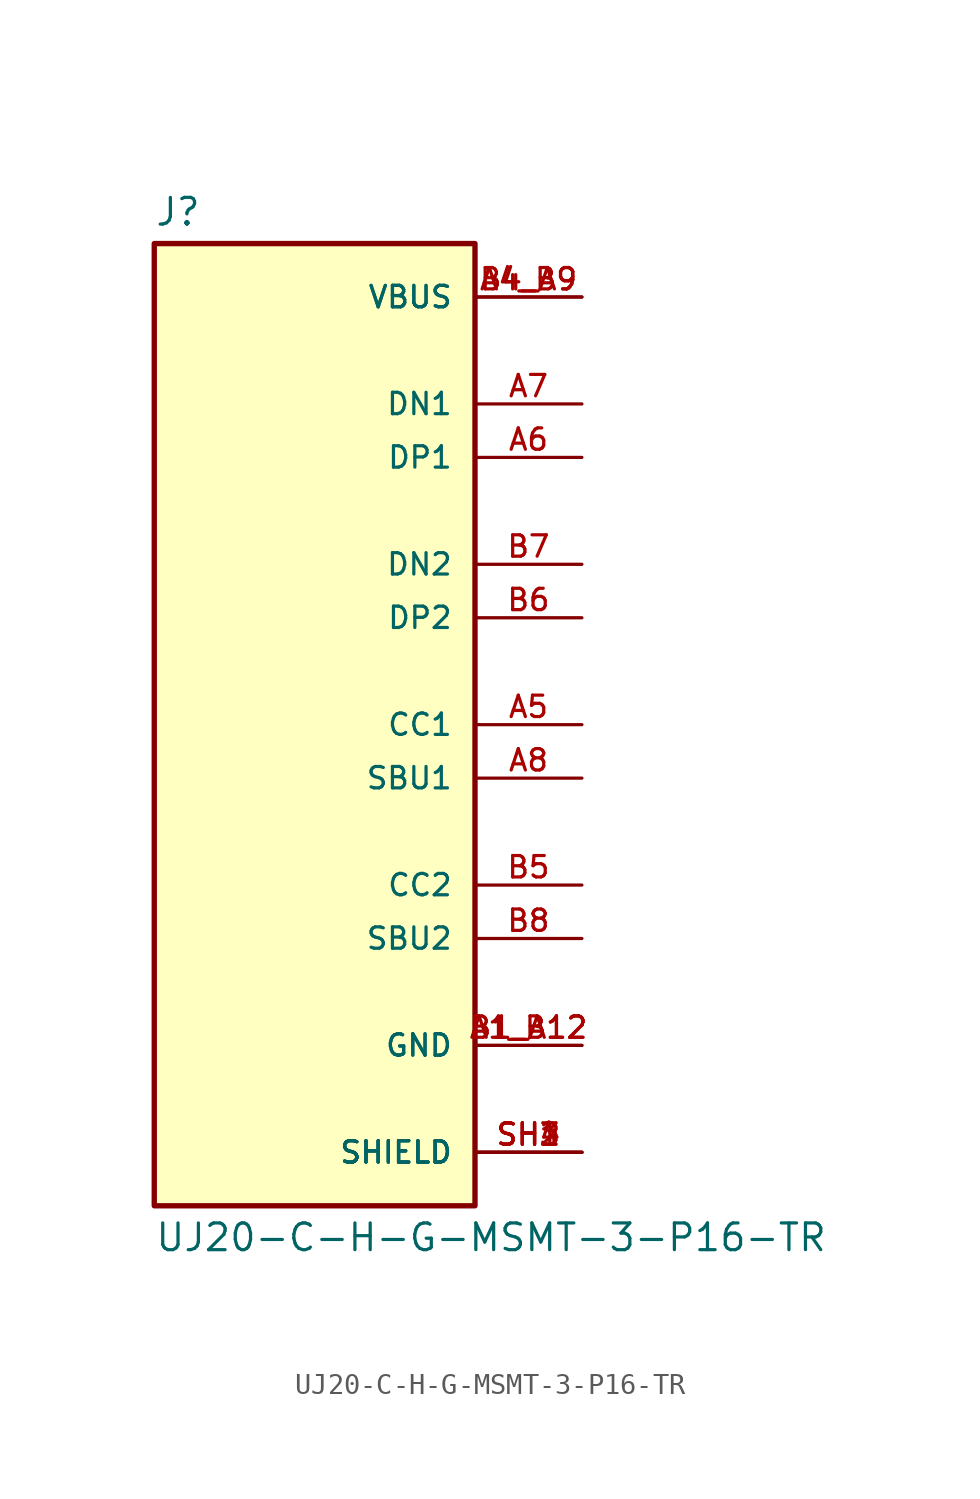
<source format=kicad_sym>
(kicad_symbol_lib
  (version 20211014)
  (generator kicad_symbol_editor)
  (symbol "UJ20-C-H-G-MSMT-3-P16-TR"
    (pin_names
      (offset 1.016))
    (property "Reference" "J"
      (at -7.62 23.622 0)
      (effects (font (size 1.27 1.27)) (justify bottom left)))
    (property "Value" "UJ20-C-H-G-MSMT-3-P16-TR"
      (at -7.62 -23.622 0)
      (effects (font (size 1.27 1.27)) (justify top left)))
    (symbol "UJ20-C-H-G-MSMT-3-P16-TR_0_0"
      (rectangle (start -7.62 -22.86) (end 7.62 22.86) (stroke (width 0.254)) (fill (type background)))
      (pin power_in line (at 12.7 20.32 180.0) (length 5.08) (name "VBUS" (effects (font (size 1.016 1.016)))) (number "A4_B9" (effects (font (size 1.016 1.016)))))
      (pin power_in line (at 12.7 20.32 180.0) (length 5.08) (name "VBUS" (effects (font (size 1.016 1.016)))) (number "B4_A9" (effects (font (size 1.016 1.016)))))
      (pin passive line (at 12.7 -20.32 180.0) (length 5.08) (name "SHIELD" (effects (font (size 1.016 1.016)))) (number "SH1" (effects (font (size 1.016 1.016)))))
      (pin passive line (at 12.7 -20.32 180.0) (length 5.08) (name "SHIELD" (effects (font (size 1.016 1.016)))) (number "SH2" (effects (font (size 1.016 1.016)))))
      (pin passive line (at 12.7 -20.32 180.0) (length 5.08) (name "SHIELD" (effects (font (size 1.016 1.016)))) (number "SH3" (effects (font (size 1.016 1.016)))))
      (pin passive line (at 12.7 -20.32 180.0) (length 5.08) (name "SHIELD" (effects (font (size 1.016 1.016)))) (number "SH4" (effects (font (size 1.016 1.016)))))
      (pin passive line (at 12.7 15.24 180.0) (length 5.08) (name "DN1" (effects (font (size 1.016 1.016)))) (number "A7" (effects (font (size 1.016 1.016)))))
      (pin passive line (at 12.7 12.7 180.0) (length 5.08) (name "DP1" (effects (font (size 1.016 1.016)))) (number "A6" (effects (font (size 1.016 1.016)))))
      (pin passive line (at 12.7 7.62 180.0) (length 5.08) (name "DN2" (effects (font (size 1.016 1.016)))) (number "B7" (effects (font (size 1.016 1.016)))))
      (pin passive line (at 12.7 5.08 180.0) (length 5.08) (name "DP2" (effects (font (size 1.016 1.016)))) (number "B6" (effects (font (size 1.016 1.016)))))
      (pin power_in line (at 12.7 -15.24 180.0) (length 5.08) (name "GND" (effects (font (size 1.016 1.016)))) (number "A1_B12" (effects (font (size 1.016 1.016)))))
      (pin power_in line (at 12.7 -15.24 180.0) (length 5.08) (name "GND" (effects (font (size 1.016 1.016)))) (number "B1_A12" (effects (font (size 1.016 1.016)))))
      (pin passive line (at 12.7 0.0 180.0) (length 5.08) (name "CC1" (effects (font (size 1.016 1.016)))) (number "A5" (effects (font (size 1.016 1.016)))))
      (pin passive line (at 12.7 -2.54 180.0) (length 5.08) (name "SBU1" (effects (font (size 1.016 1.016)))) (number "A8" (effects (font (size 1.016 1.016)))))
      (pin passive line (at 12.7 -7.62 180.0) (length 5.08) (name "CC2" (effects (font (size 1.016 1.016)))) (number "B5" (effects (font (size 1.016 1.016)))))
      (pin passive line (at 12.7 -10.16 180.0) (length 5.08) (name "SBU2" (effects (font (size 1.016 1.016)))) (number "B8" (effects (font (size 1.016 1.016))))))))
</source>
